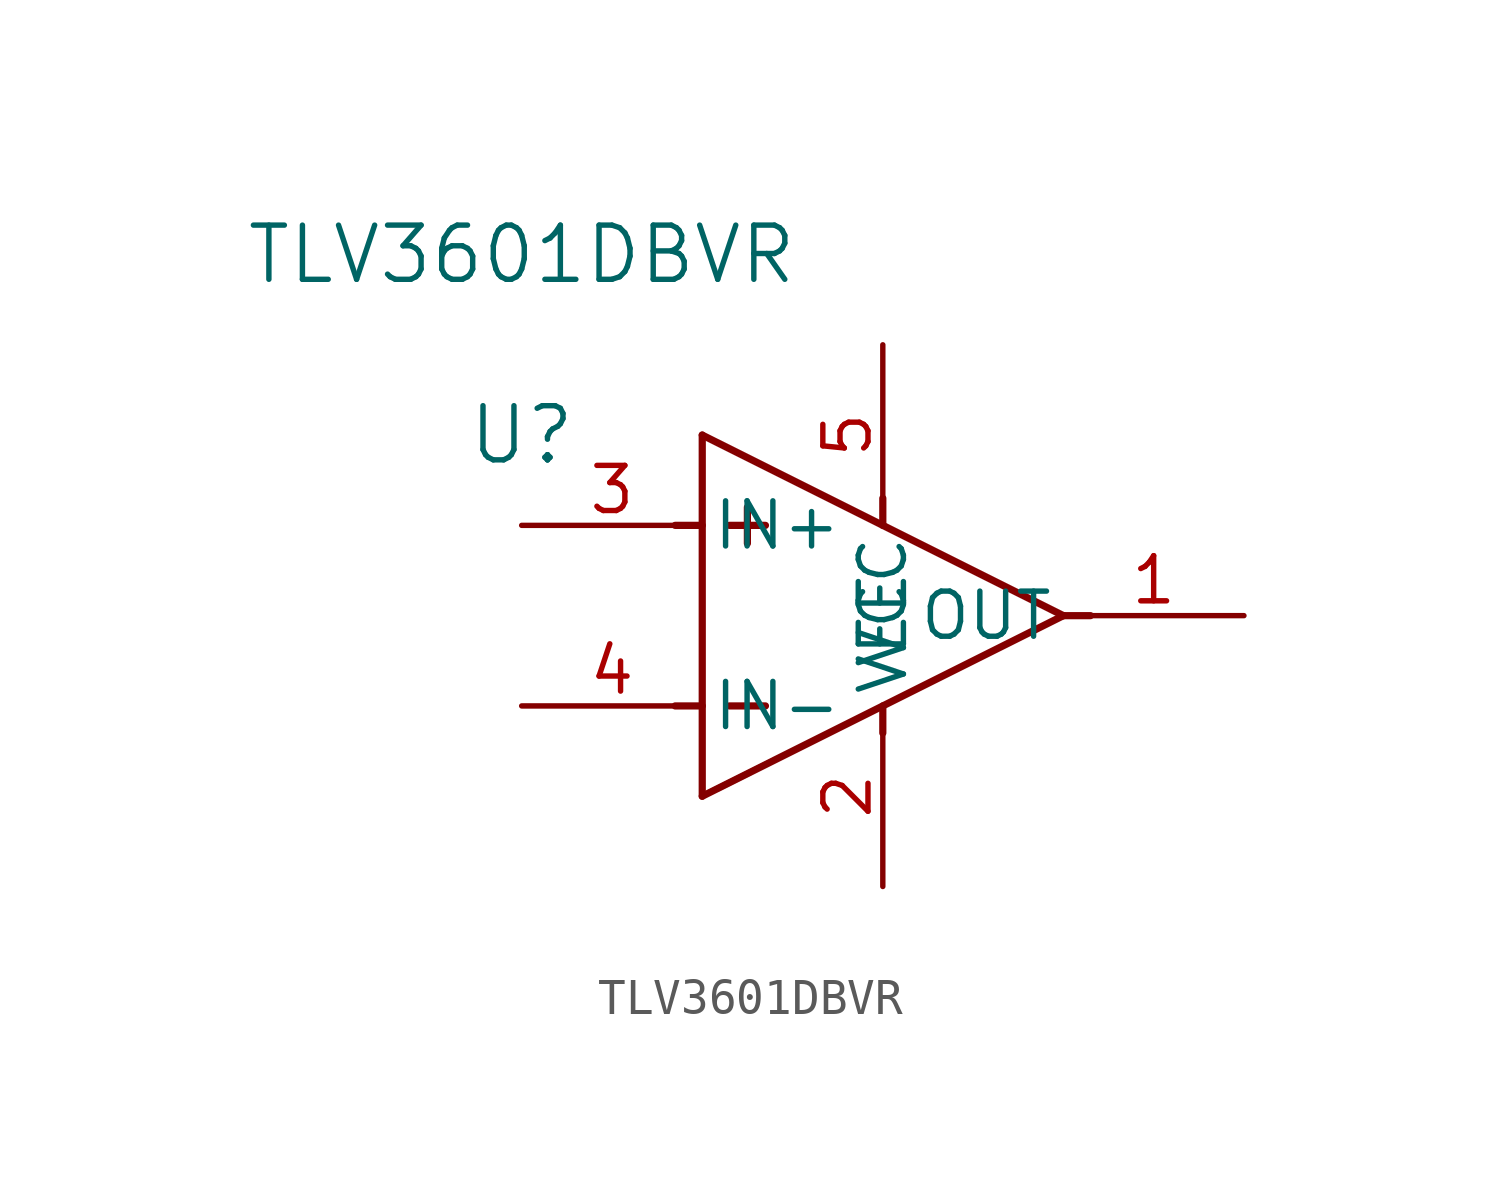
<source format=kicad_sym>
(kicad_symbol_lib
  (version 20231120)
  (generator "kicad_symbol_editor")
  (generator_version "8.0")
  (symbol "TLV3601DBVR"
    (pin_names
      (offset 0.254))
    (property "Reference" "U"
      (at 0 2.54 0)
      (effects (font (size 1.524 1.524))))
    (property "Value" "TLV3601DBVR"
      (at 0 7.62 0)
      (effects (font (size 1.524 1.524))))
    (property "ki_locked" ""
      (at 0 0 0)
      (effects (font (size 1.27 1.27))))
    (symbol "TLV3601DBVR_0_1"
      (polyline (pts (xy 5.08 -7.62) (xy 5.08 2.54)) (stroke (width 0.203) (type default)) (fill (type none)))
      (polyline (pts (xy 5.08 -7.62) (xy 15.24 -2.54)) (stroke (width 0.203) (type default)) (fill (type none)))
      (polyline (pts (xy 5.08 -5.08) (xy 4.318 -5.08)) (stroke (width 0.203) (type default)) (fill (type none)))
      (polyline (pts (xy 5.08 0) (xy 4.318 0)) (stroke (width 0.203) (type default)) (fill (type none)))
      (polyline (pts (xy 5.08 2.54) (xy 15.24 -2.54)) (stroke (width 0.203) (type default)) (fill (type none)))
      (polyline (pts (xy 6.35 -0.508) (xy 6.35 0.508)) (stroke (width 0.203) (type default)) (fill (type none)))
      (polyline (pts (xy 6.858 -5.08) (xy 5.842 -5.08)) (stroke (width 0.203) (type default)) (fill (type none)))
      (polyline (pts (xy 6.858 0) (xy 5.842 0)) (stroke (width 0.203) (type default)) (fill (type none)))
      (polyline (pts (xy 10.16 -5.08) (xy 10.16 -5.842)) (stroke (width 0.203) (type default)) (fill (type none)))
      (polyline (pts (xy 10.16 0) (xy 10.16 0.762)) (stroke (width 0.203) (type default)) (fill (type none)))
      (polyline (pts (xy 15.24 -2.54) (xy 16.002 -2.54)) (stroke (width 0.203) (type default)) (fill (type none)))
      (pin power_in line (at 10.16 -10.16 90) (length 5.08) (name "VEE" (effects (font (size 1.27 1.27)))) (number "2" (effects (font (size 1.27 1.27)))))
      (pin tri_state line (at 0 0 0) (length 5.08) (name "IN+" (effects (font (size 1.27 1.27)))) (number "3" (effects (font (size 1.27 1.27)))))
      (pin tri_state line (at 0 -5.08 0) (length 5.08) (name "IN-" (effects (font (size 1.27 1.27)))) (number "4" (effects (font (size 1.27 1.27)))))
      (pin power_in line (at 10.16 5.08 270) (length 5.08) (name "VCC" (effects (font (size 1.27 1.27)))) (number "5" (effects (font (size 1.27 1.27))))))
    (symbol "TLV3601DBVR_1_1"
      (pin output line (at 20.32 -2.54 180) (length 5.08) (name "OUT" (effects (font (size 1.27 1.27)))) (number "1" (effects (font (size 1.27 1.27))))))))
</source>
